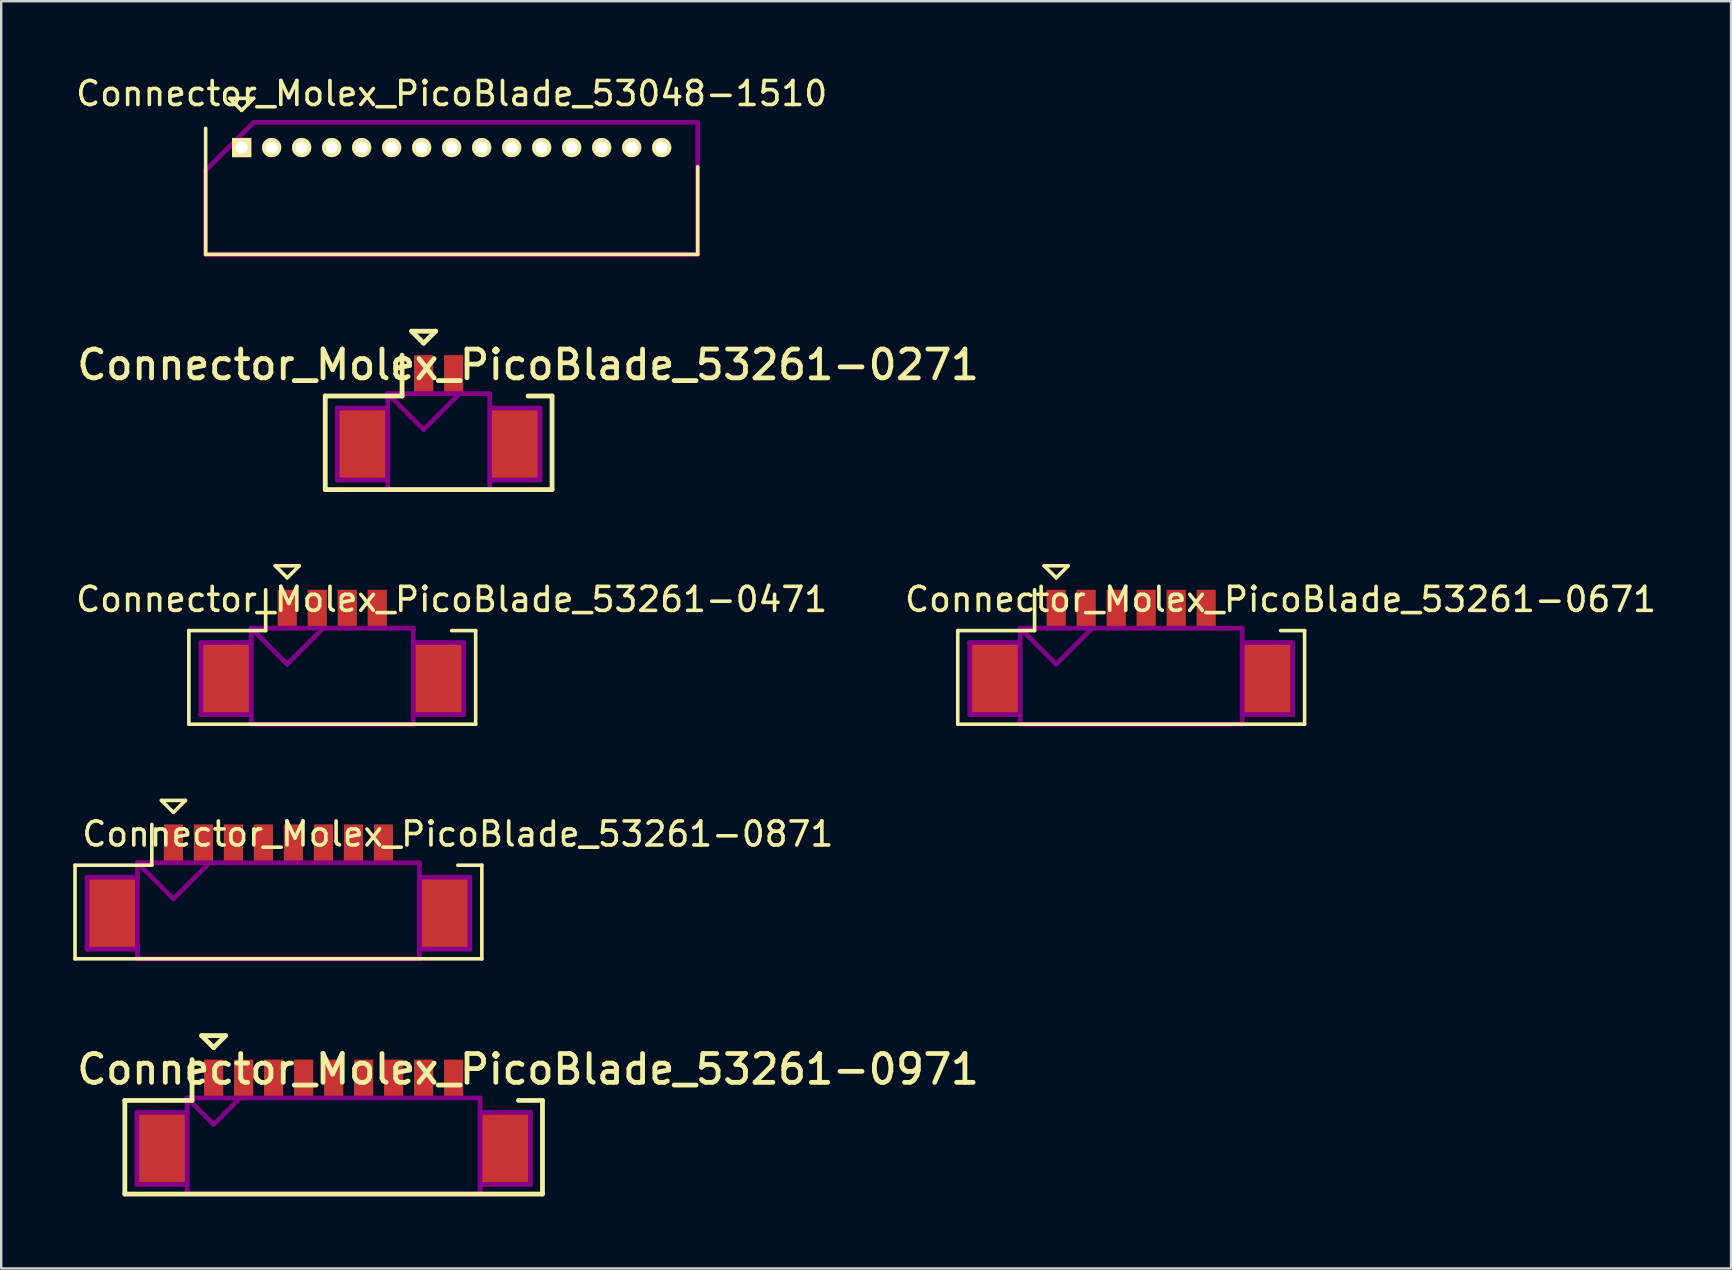
<source format=kicad_pcb>
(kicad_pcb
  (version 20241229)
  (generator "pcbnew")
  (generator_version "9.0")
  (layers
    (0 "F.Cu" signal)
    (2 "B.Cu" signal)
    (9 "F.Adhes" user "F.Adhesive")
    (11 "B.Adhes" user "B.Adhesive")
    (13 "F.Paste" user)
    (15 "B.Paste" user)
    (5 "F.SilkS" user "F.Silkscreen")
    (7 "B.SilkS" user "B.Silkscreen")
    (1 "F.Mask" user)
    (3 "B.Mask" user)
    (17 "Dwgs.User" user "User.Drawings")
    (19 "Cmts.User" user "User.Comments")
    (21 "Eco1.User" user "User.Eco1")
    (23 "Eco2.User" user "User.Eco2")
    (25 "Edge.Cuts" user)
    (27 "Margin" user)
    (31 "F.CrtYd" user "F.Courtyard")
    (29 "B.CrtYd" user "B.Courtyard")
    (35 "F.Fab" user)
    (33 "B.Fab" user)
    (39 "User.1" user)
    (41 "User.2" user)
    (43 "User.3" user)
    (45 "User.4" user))
  (footprint "Connector_Molex_PicoBlade_53261-0271"
    (layer "F.Cu")
    (at 15.226 15.448)
    (property "Reference" "Connector_Molex_PicoBlade_53261-0271" (at 3.725 -3.3 0) (layer "F.SilkS") (effects (font (size 1.2 1.2) (thickness 0.2))))
    (attr through_hole)
    (fp_line (start -4.725 -2) (end -4.725 1.9) (stroke (width 0.2) (type solid)) (layer "F.SilkS"))
    (fp_line (start -4.725 1.9) (end 4.725 1.9) (stroke (width 0.2) (type solid)) (layer "F.SilkS"))
    (fp_line (start -1.525 -3.7) (end -1.525 -2) (stroke (width 0.2) (type solid)) (layer "F.SilkS"))
    (fp_line (start -1.525 -2) (end -4.725 -2) (stroke (width 0.2) (type solid)) (layer "F.SilkS"))
    (fp_line (start -1.125 -4.7) (end -0.125 -4.7) (stroke (width 0.2) (type solid)) (layer "F.SilkS"))
    (fp_line (start -0.625 -4.2) (end -1.125 -4.7) (stroke (width 0.2) (type solid)) (layer "F.SilkS"))
    (fp_line (start -0.125 -4.7) (end -0.625 -4.2) (stroke (width 0.2) (type solid)) (layer "F.SilkS"))
    (fp_line (start 4.725 -2) (end 3.725 -2) (stroke (width 0.2) (type solid)) (layer "F.SilkS"))
    (fp_line (start 4.725 1.9) (end 4.725 -2) (stroke (width 0.2) (type solid)) (layer "F.SilkS"))
    (fp_line (start -4.225 -1.5) (end -4.225 1.5) (stroke (width 0.2) (type solid)) (layer "F.Adhes"))
    (fp_line (start -4.225 1.5) (end -2.125 1.5) (stroke (width 0.2) (type solid)) (layer "F.Adhes"))
    (fp_line (start -2.125 -2.1) (end -2.125 1.9) (stroke (width 0.2) (type solid)) (layer "F.Adhes"))
    (fp_line (start -2.125 -2.1) (end -0.625 -0.6) (stroke (width 0.2) (type solid)) (layer "F.Adhes"))
    (fp_line (start -2.125 -1.5) (end -4.225 -1.5) (stroke (width 0.2) (type solid)) (layer "F.Adhes"))
    (fp_line (start -2.125 1.9) (end 2.125 1.9) (stroke (width 0.2) (type solid)) (layer "F.Adhes"))
    (fp_line (start -0.625 -0.6) (end 0.875 -2.1) (stroke (width 0.2) (type solid)) (layer "F.Adhes"))
    (fp_line (start 2.125 -2.1) (end -2.125 -2.1) (stroke (width 0.2) (type solid)) (layer "F.Adhes"))
    (fp_line (start 2.125 -1.5) (end 4.225 -1.5) (stroke (width 0.2) (type solid)) (layer "F.Adhes"))
    (fp_line (start 2.125 1.9) (end 2.125 -2.1) (stroke (width 0.2) (type solid)) (layer "F.Adhes"))
    (fp_line (start 4.225 -1.5) (end 4.225 1.5) (stroke (width 0.2) (type solid)) (layer "F.Adhes"))
    (fp_line (start 4.225 1.5) (end 2.125 1.5) (stroke (width 0.2) (type solid)) (layer "F.Adhes"))
    (pad "" smd rect (at -3.175 0) (size 2.1 3) (layers "F.Cu" "F.Mask"))
    (pad "" smd rect (at 3.175 0) (size 2.1 3) (layers "F.Cu" "F.Mask"))
    (pad "1" smd rect (at -0.625 -2.9) (size 0.8 1.6) (layers "F.Cu" "F.Mask"))
    (pad "2" smd rect (at 0.625 -2.9) (size 0.8 1.6) (layers "F.Cu" "F.Mask")))
  (footprint "Connector_Molex_PicoBlade_53261-0471"
    (layer "F.Cu")
    (at 10.793 25.223)
    (property "Reference" "Connector_Molex_PicoBlade_53261-0471" (at 4.975 -3.3 0) (layer "F.SilkS") (effects (font (size 1 1) (thickness 0.15))))
    (attr through_hole)
    (fp_line (start -5.975 -2) (end -5.975 1.9) (stroke (width 0.15) (type solid)) (layer "F.SilkS"))
    (fp_line (start -5.975 1.9) (end 5.975 1.9) (stroke (width 0.15) (type solid)) (layer "F.SilkS"))
    (fp_line (start -2.775 -3.7) (end -2.775 -2) (stroke (width 0.15) (type solid)) (layer "F.SilkS"))
    (fp_line (start -2.775 -2) (end -5.975 -2) (stroke (width 0.15) (type solid)) (layer "F.SilkS"))
    (fp_line (start -2.375 -4.7) (end -1.375 -4.7) (stroke (width 0.15) (type solid)) (layer "F.SilkS"))
    (fp_line (start -1.875 -4.2) (end -2.375 -4.7) (stroke (width 0.15) (type solid)) (layer "F.SilkS"))
    (fp_line (start -1.375 -4.7) (end -1.875 -4.2) (stroke (width 0.15) (type solid)) (layer "F.SilkS"))
    (fp_line (start 5.975 -2) (end 4.975 -2) (stroke (width 0.15) (type solid)) (layer "F.SilkS"))
    (fp_line (start 5.975 1.9) (end 5.975 -2) (stroke (width 0.15) (type solid)) (layer "F.SilkS"))
    (fp_line (start -5.475 -1.5) (end -5.475 1.5) (stroke (width 0.2) (type solid)) (layer "F.Adhes"))
    (fp_line (start -5.475 1.5) (end -3.375 1.5) (stroke (width 0.2) (type solid)) (layer "F.Adhes"))
    (fp_line (start -3.375 -2.1) (end -3.375 1.9) (stroke (width 0.2) (type solid)) (layer "F.Adhes"))
    (fp_line (start -3.375 -2.1) (end -1.875 -0.6) (stroke (width 0.2) (type solid)) (layer "F.Adhes"))
    (fp_line (start -3.375 -1.5) (end -5.475 -1.5) (stroke (width 0.2) (type solid)) (layer "F.Adhes"))
    (fp_line (start -3.375 1.9) (end 3.375 1.9) (stroke (width 0.2) (type solid)) (layer "F.Adhes"))
    (fp_line (start -1.875 -0.6) (end -0.375 -2.1) (stroke (width 0.2) (type solid)) (layer "F.Adhes"))
    (fp_line (start 3.375 -2.1) (end -3.375 -2.1) (stroke (width 0.2) (type solid)) (layer "F.Adhes"))
    (fp_line (start 3.375 -1.5) (end 5.475 -1.5) (stroke (width 0.2) (type solid)) (layer "F.Adhes"))
    (fp_line (start 3.375 1.9) (end 3.375 -2.1) (stroke (width 0.2) (type solid)) (layer "F.Adhes"))
    (fp_line (start 5.475 -1.5) (end 5.475 1.5) (stroke (width 0.2) (type solid)) (layer "F.Adhes"))
    (fp_line (start 5.475 1.5) (end 3.375 1.5) (stroke (width 0.2) (type solid)) (layer "F.Adhes"))
    (pad "" smd rect (at -4.425 0) (size 2.1 3) (layers "F.Cu" "F.Mask" "F.Paste"))
    (pad "" smd rect (at 4.425 0) (size 2.1 3) (layers "F.Cu" "F.Mask" "F.Paste"))
    (pad "1" smd rect (at -1.875 -2.9) (size 0.8 1.6) (layers "F.Cu" "F.Mask" "F.Paste"))
    (pad "2" smd rect (at -0.625 -2.9) (size 0.8 1.6) (layers "F.Cu" "F.Mask" "F.Paste"))
    (pad "3" smd rect (at 0.625 -2.9) (size 0.8 1.6) (layers "F.Cu" "F.Mask" "F.Paste"))
    (pad "4" smd rect (at 1.875 -2.9) (size 0.8 1.6) (layers "F.Cu" "F.Mask" "F.Paste")))
  (footprint "Connector_Molex_PicoBlade_53261-0871"
    (layer "F.Cu")
    (at 8.55 34.998)
    (property "Reference" "Connector_Molex_PicoBlade_53261-0871" (at 7.475 -3.3 0) (layer "F.SilkS") (effects (font (size 1 1) (thickness 0.15))))
    (attr through_hole)
    (fp_line (start -8.475 -2) (end -8.475 1.9) (stroke (width 0.15) (type solid)) (layer "F.SilkS"))
    (fp_line (start -8.475 1.9) (end 8.475 1.9) (stroke (width 0.15) (type solid)) (layer "F.SilkS"))
    (fp_line (start -5.275 -3.7) (end -5.275 -2) (stroke (width 0.15) (type solid)) (layer "F.SilkS"))
    (fp_line (start -5.275 -2) (end -8.475 -2) (stroke (width 0.15) (type solid)) (layer "F.SilkS"))
    (fp_line (start -4.875 -4.7) (end -3.875 -4.7) (stroke (width 0.15) (type solid)) (layer "F.SilkS"))
    (fp_line (start -4.375 -4.2) (end -4.875 -4.7) (stroke (width 0.15) (type solid)) (layer "F.SilkS"))
    (fp_line (start -3.875 -4.7) (end -4.375 -4.2) (stroke (width 0.15) (type solid)) (layer "F.SilkS"))
    (fp_line (start 8.475 -2) (end 7.475 -2) (stroke (width 0.15) (type solid)) (layer "F.SilkS"))
    (fp_line (start 8.475 1.9) (end 8.475 -2) (stroke (width 0.15) (type solid)) (layer "F.SilkS"))
    (fp_line (start -7.975 -1.5) (end -7.975 1.5) (stroke (width 0.2) (type solid)) (layer "F.Adhes"))
    (fp_line (start -7.975 1.5) (end -5.875 1.5) (stroke (width 0.2) (type solid)) (layer "F.Adhes"))
    (fp_line (start -5.875 -2.1) (end -5.875 1.9) (stroke (width 0.2) (type solid)) (layer "F.Adhes"))
    (fp_line (start -5.875 -2.1) (end -4.375 -0.6) (stroke (width 0.2) (type solid)) (layer "F.Adhes"))
    (fp_line (start -5.875 -1.5) (end -7.975 -1.5) (stroke (width 0.2) (type solid)) (layer "F.Adhes"))
    (fp_line (start -5.875 1.9) (end 5.875 1.9) (stroke (width 0.2) (type solid)) (layer "F.Adhes"))
    (fp_line (start -4.375 -0.6) (end -2.875 -2.1) (stroke (width 0.2) (type solid)) (layer "F.Adhes"))
    (fp_line (start 5.875 -2.1) (end -5.875 -2.1) (stroke (width 0.2) (type solid)) (layer "F.Adhes"))
    (fp_line (start 5.875 -1.5) (end 7.975 -1.5) (stroke (width 0.2) (type solid)) (layer "F.Adhes"))
    (fp_line (start 5.875 1.9) (end 5.875 -2.1) (stroke (width 0.2) (type solid)) (layer "F.Adhes"))
    (fp_line (start 7.975 -1.5) (end 7.975 1.5) (stroke (width 0.2) (type solid)) (layer "F.Adhes"))
    (fp_line (start 7.975 1.5) (end 5.875 1.5) (stroke (width 0.2) (type solid)) (layer "F.Adhes"))
    (pad "" smd rect (at -6.925 0) (size 2.1 3) (layers "F.Cu" "F.Mask" "F.Paste"))
    (pad "" smd rect (at 6.925 0) (size 2.1 3) (layers "F.Cu" "F.Mask" "F.Paste"))
    (pad "1" smd rect (at -4.375 -2.9) (size 0.8 1.6) (layers "F.Cu" "F.Mask" "F.Paste"))
    (pad "2" smd rect (at -3.125 -2.9) (size 0.8 1.6) (layers "F.Cu" "F.Mask" "F.Paste"))
    (pad "3" smd rect (at -1.875 -2.9) (size 0.8 1.6) (layers "F.Cu" "F.Mask" "F.Paste"))
    (pad "4" smd rect (at -0.625 -2.9) (size 0.8 1.6) (layers "F.Cu" "F.Mask" "F.Paste"))
    (pad "5" smd rect (at 0.625 -2.9) (size 0.8 1.6) (layers "F.Cu" "F.Mask" "F.Paste"))
    (pad "6" smd rect (at 1.875 -2.9) (size 0.8 1.6) (layers "F.Cu" "F.Mask" "F.Paste"))
    (pad "7" smd rect (at 3.125 -2.9) (size 0.8 1.6) (layers "F.Cu" "F.Mask" "F.Paste"))
    (pad "8" smd rect (at 4.375 -2.9) (size 0.8 1.6) (layers "F.Cu" "F.Mask" "F.Paste")))
  (footprint "Connector_Molex_PicoBlade_53048-1510"
    (layer "F.Cu")
    (at 7.018 3.098)
    (property "Reference" "Connector_Molex_PicoBlade_53048-1510" (at 8.75 -2.25 0) (layer "F.SilkS") (effects (font (size 1 1) (thickness 0.15))))
    (attr through_hole)
    (fp_line (start -1.5 -0.8) (end -1.5 4.45) (stroke (width 0.15) (type solid)) (layer "F.SilkS"))
    (fp_line (start -1.5 4.45) (end 19 4.45) (stroke (width 0.15) (type solid)) (layer "F.SilkS"))
    (fp_line (start -0.5 -2.05) (end 0.5 -2.05) (stroke (width 0.15) (type solid)) (layer "F.SilkS"))
    (fp_line (start 0 -1.55) (end -0.5 -2.05) (stroke (width 0.15) (type solid)) (layer "F.SilkS"))
    (fp_line (start 0.5 -2.05) (end 0 -1.55) (stroke (width 0.15) (type solid)) (layer "F.SilkS"))
    (fp_line (start 19 4.45) (end 19 0.8) (stroke (width 0.15) (type solid)) (layer "F.SilkS"))
    (fp_line (start -1.5 0.95) (end -1.5 4.45) (stroke (width 0.2) (type solid)) (layer "F.Adhes"))
    (fp_line (start -1.5 4.45) (end 19 4.45) (stroke (width 0.2) (type solid)) (layer "F.Adhes"))
    (fp_line (start 0.5 -1.05) (end -1.5 0.95) (stroke (width 0.2) (type solid)) (layer "F.Adhes"))
    (fp_line (start 19 -1.05) (end 0.5 -1.05) (stroke (width 0.2) (type solid)) (layer "F.Adhes"))
    (fp_line (start 19 4.45) (end 19 -1.05) (stroke (width 0.2) (type solid)) (layer "F.Adhes"))
    (pad "1" thru_hole rect (at 0 0) (size 0.8 0.8) (drill 0.5) (layers "*.Cu" "*.Mask" "F.SilkS"))
    (pad "2" thru_hole oval (at 1.25 0) (size 0.8 0.8) (drill 0.5) (layers "*.Cu" "*.Mask" "F.SilkS"))
    (pad "3" thru_hole oval (at 2.5 0) (size 0.8 0.8) (drill 0.5) (layers "*.Cu" "*.Mask" "F.SilkS"))
    (pad "4" thru_hole oval (at 3.75 0) (size 0.8 0.8) (drill 0.5) (layers "*.Cu" "*.Mask" "F.SilkS"))
    (pad "5" thru_hole oval (at 5 0) (size 0.8 0.8) (drill 0.5) (layers "*.Cu" "*.Mask" "F.SilkS"))
    (pad "6" thru_hole oval (at 6.25 0) (size 0.8 0.8) (drill 0.5) (layers "*.Cu" "*.Mask" "F.SilkS"))
    (pad "7" thru_hole oval (at 7.5 0) (size 0.8 0.8) (drill 0.5) (layers "*.Cu" "*.Mask" "F.SilkS"))
    (pad "8" thru_hole oval (at 8.75 0) (size 0.8 0.8) (drill 0.5) (layers "*.Cu" "*.Mask" "F.SilkS"))
    (pad "9" thru_hole oval (at 10 0) (size 0.8 0.8) (drill 0.5) (layers "*.Cu" "*.Mask" "F.SilkS"))
    (pad "10" thru_hole oval (at 11.25 0) (size 0.8 0.8) (drill 0.5) (layers "*.Cu" "*.Mask" "F.SilkS"))
    (pad "11" thru_hole oval (at 12.5 0) (size 0.8 0.8) (drill 0.5) (layers "*.Cu" "*.Mask" "F.SilkS"))
    (pad "12" thru_hole oval (at 13.75 0) (size 0.8 0.8) (drill 0.5) (layers "*.Cu" "*.Mask" "F.SilkS"))
    (pad "13" thru_hole oval (at 15 0) (size 0.8 0.8) (drill 0.5) (layers "*.Cu" "*.Mask" "F.SilkS"))
    (pad "14" thru_hole oval (at 16.25 0) (size 0.8 0.8) (drill 0.5) (layers "*.Cu" "*.Mask" "F.SilkS"))
    (pad "15" thru_hole oval (at 17.5 0) (size 0.8 0.8) (drill 0.5) (layers "*.Cu" "*.Mask" "F.SilkS")))
  (footprint "Connector_Molex_PicoBlade_53261-0971"
    (layer "F.Cu")
    (at 10.851 44.798)
    (property "Reference" "Connector_Molex_PicoBlade_53261-0971" (at 8.1 -3.3 0) (layer "F.SilkS") (effects (font (size 1.2 1.2) (thickness 0.2))))
    (attr through_hole)
    (fp_line (start -8.7 -2) (end -8.7 1.9) (stroke (width 0.2) (type solid)) (layer "F.SilkS"))
    (fp_line (start -8.7 1.9) (end 8.7 1.9) (stroke (width 0.2) (type solid)) (layer "F.SilkS"))
    (fp_line (start -5.9 -3.7) (end -5.9 -2) (stroke (width 0.2) (type solid)) (layer "F.SilkS"))
    (fp_line (start -5.9 -2) (end -8.7 -2) (stroke (width 0.2) (type solid)) (layer "F.SilkS"))
    (fp_line (start -5.5 -4.7) (end -4.5 -4.7) (stroke (width 0.2) (type solid)) (layer "F.SilkS"))
    (fp_line (start -5 -4.2) (end -5.5 -4.7) (stroke (width 0.2) (type solid)) (layer "F.SilkS"))
    (fp_line (start -4.5 -4.7) (end -5 -4.2) (stroke (width 0.2) (type solid)) (layer "F.SilkS"))
    (fp_line (start 8.7 -2) (end 7.7 -2) (stroke (width 0.2) (type solid)) (layer "F.SilkS"))
    (fp_line (start 8.7 1.9) (end 8.7 -2) (stroke (width 0.2) (type solid)) (layer "F.SilkS"))
    (fp_line (start -8.2 -1.5) (end -8.2 1.5) (stroke (width 0.2) (type solid)) (layer "F.Adhes"))
    (fp_line (start -8.2 1.5) (end -6.1 1.5) (stroke (width 0.2) (type solid)) (layer "F.Adhes"))
    (fp_line (start -6.1 -2.1) (end -6.1 1.9) (stroke (width 0.2) (type solid)) (layer "F.Adhes"))
    (fp_line (start -6.1 -2.1) (end -5 -1) (stroke (width 0.2) (type solid)) (layer "F.Adhes"))
    (fp_line (start -6.1 -1.5) (end -8.2 -1.5) (stroke (width 0.2) (type solid)) (layer "F.Adhes"))
    (fp_line (start -6.1 1.9) (end 6.1 1.9) (stroke (width 0.2) (type solid)) (layer "F.Adhes"))
    (fp_line (start -5 -1) (end -3.9 -2.1) (stroke (width 0.2) (type solid)) (layer "F.Adhes"))
    (fp_line (start 6.1 -2.1) (end -6.1 -2.1) (stroke (width 0.2) (type solid)) (layer "F.Adhes"))
    (fp_line (start 6.1 -1.5) (end 8.2 -1.5) (stroke (width 0.2) (type solid)) (layer "F.Adhes"))
    (fp_line (start 6.1 1.9) (end 6.1 -2.1) (stroke (width 0.2) (type solid)) (layer "F.Adhes"))
    (fp_line (start 8.2 -1.5) (end 8.2 1.5) (stroke (width 0.2) (type solid)) (layer "F.Adhes"))
    (fp_line (start 8.2 1.5) (end 6.1 1.5) (stroke (width 0.2) (type solid)) (layer "F.Adhes"))
    (pad "" smd rect (at -7.15 0) (size 2.1 3) (layers "F.Cu" "F.Mask"))
    (pad "" smd rect (at 7.15 0) (size 2.1 3) (layers "F.Cu" "F.Mask"))
    (pad "1" smd rect (at -5 -2.9) (size 0.8 1.6) (layers "F.Cu" "F.Mask"))
    (pad "2" smd rect (at -3.75 -2.9) (size 0.8 1.6) (layers "F.Cu" "F.Mask"))
    (pad "3" smd rect (at -2.5 -2.9) (size 0.8 1.6) (layers "F.Cu" "F.Mask"))
    (pad "4" smd rect (at -1.25 -2.9) (size 0.8 1.6) (layers "F.Cu" "F.Mask"))
    (pad "5" smd rect (at 0 -2.9) (size 0.8 1.6) (layers "F.Cu" "F.Mask"))
    (pad "6" smd rect (at 1.25 -2.9) (size 0.8 1.6) (layers "F.Cu" "F.Mask"))
    (pad "7" smd rect (at 2.5 -2.9) (size 0.8 1.6) (layers "F.Cu" "F.Mask"))
    (pad "8" smd rect (at 3.75 -2.9) (size 0.8 1.6) (layers "F.Cu" "F.Mask"))
    (pad "9" smd rect (at 5 -2.9) (size 0.8 1.6) (layers "F.Cu" "F.Mask")))
  (footprint "Connector_Molex_PicoBlade_53261-0671"
    (layer "F.Cu")
    (at 44.079 25.223)
    (property "Reference" "Connector_Molex_PicoBlade_53261-0671" (at 6.225 -3.3 0) (layer "F.SilkS") (effects (font (size 1 1) (thickness 0.15))))
    (attr through_hole)
    (fp_line (start -7.225 -2) (end -7.225 1.9) (stroke (width 0.15) (type solid)) (layer "F.SilkS"))
    (fp_line (start -7.225 1.9) (end 7.225 1.9) (stroke (width 0.15) (type solid)) (layer "F.SilkS"))
    (fp_line (start -4.025 -3.7) (end -4.025 -2) (stroke (width 0.15) (type solid)) (layer "F.SilkS"))
    (fp_line (start -4.025 -2) (end -7.225 -2) (stroke (width 0.15) (type solid)) (layer "F.SilkS"))
    (fp_line (start -3.625 -4.7) (end -2.625 -4.7) (stroke (width 0.15) (type solid)) (layer "F.SilkS"))
    (fp_line (start -3.125 -4.2) (end -3.625 -4.7) (stroke (width 0.15) (type solid)) (layer "F.SilkS"))
    (fp_line (start -2.625 -4.7) (end -3.125 -4.2) (stroke (width 0.15) (type solid)) (layer "F.SilkS"))
    (fp_line (start 7.225 -2) (end 6.225 -2) (stroke (width 0.15) (type solid)) (layer "F.SilkS"))
    (fp_line (start 7.225 1.9) (end 7.225 -2) (stroke (width 0.15) (type solid)) (layer "F.SilkS"))
    (fp_line (start -6.725 -1.5) (end -6.725 1.5) (stroke (width 0.2) (type solid)) (layer "F.Adhes"))
    (fp_line (start -6.725 1.5) (end -4.625 1.5) (stroke (width 0.2) (type solid)) (layer "F.Adhes"))
    (fp_line (start -4.625 -2.1) (end -4.625 1.9) (stroke (width 0.2) (type solid)) (layer "F.Adhes"))
    (fp_line (start -4.625 -2.1) (end -3.125 -0.6) (stroke (width 0.2) (type solid)) (layer "F.Adhes"))
    (fp_line (start -4.625 -1.5) (end -6.725 -1.5) (stroke (width 0.2) (type solid)) (layer "F.Adhes"))
    (fp_line (start -4.625 1.9) (end 4.625 1.9) (stroke (width 0.2) (type solid)) (layer "F.Adhes"))
    (fp_line (start -3.125 -0.6) (end -1.625 -2.1) (stroke (width 0.2) (type solid)) (layer "F.Adhes"))
    (fp_line (start 4.625 -2.1) (end -4.625 -2.1) (stroke (width 0.2) (type solid)) (layer "F.Adhes"))
    (fp_line (start 4.625 -1.5) (end 6.725 -1.5) (stroke (width 0.2) (type solid)) (layer "F.Adhes"))
    (fp_line (start 4.625 1.9) (end 4.625 -2.1) (stroke (width 0.2) (type solid)) (layer "F.Adhes"))
    (fp_line (start 6.725 -1.5) (end 6.725 1.5) (stroke (width 0.2) (type solid)) (layer "F.Adhes"))
    (fp_line (start 6.725 1.5) (end 4.625 1.5) (stroke (width 0.2) (type solid)) (layer "F.Adhes"))
    (pad "" smd rect (at -5.675 0) (size 2.1 3) (layers "F.Cu" "F.Mask" "F.Paste"))
    (pad "" smd rect (at 5.675 0) (size 2.1 3) (layers "F.Cu" "F.Mask" "F.Paste"))
    (pad "1" smd rect (at -3.125 -2.9) (size 0.8 1.6) (layers "F.Cu" "F.Mask" "F.Paste"))
    (pad "2" smd rect (at -1.875 -2.9) (size 0.8 1.6) (layers "F.Cu" "F.Mask" "F.Paste"))
    (pad "3" smd rect (at -0.625 -2.9) (size 0.8 1.6) (layers "F.Cu" "F.Mask" "F.Paste"))
    (pad "4" smd rect (at 0.625 -2.9) (size 0.8 1.6) (layers "F.Cu" "F.Mask" "F.Paste"))
    (pad "5" smd rect (at 1.875 -2.9) (size 0.8 1.6) (layers "F.Cu" "F.Mask" "F.Paste"))
    (pad "6" smd rect (at 3.125 -2.9) (size 0.8 1.6) (layers "F.Cu" "F.Mask" "F.Paste")))
  (gr_rect
    (start -3 -3)
    (end 69.071 49.798)
    (stroke (width 0.1) (type default))
    (fill no)
    (layer "Edge.Cuts")))
</source>
